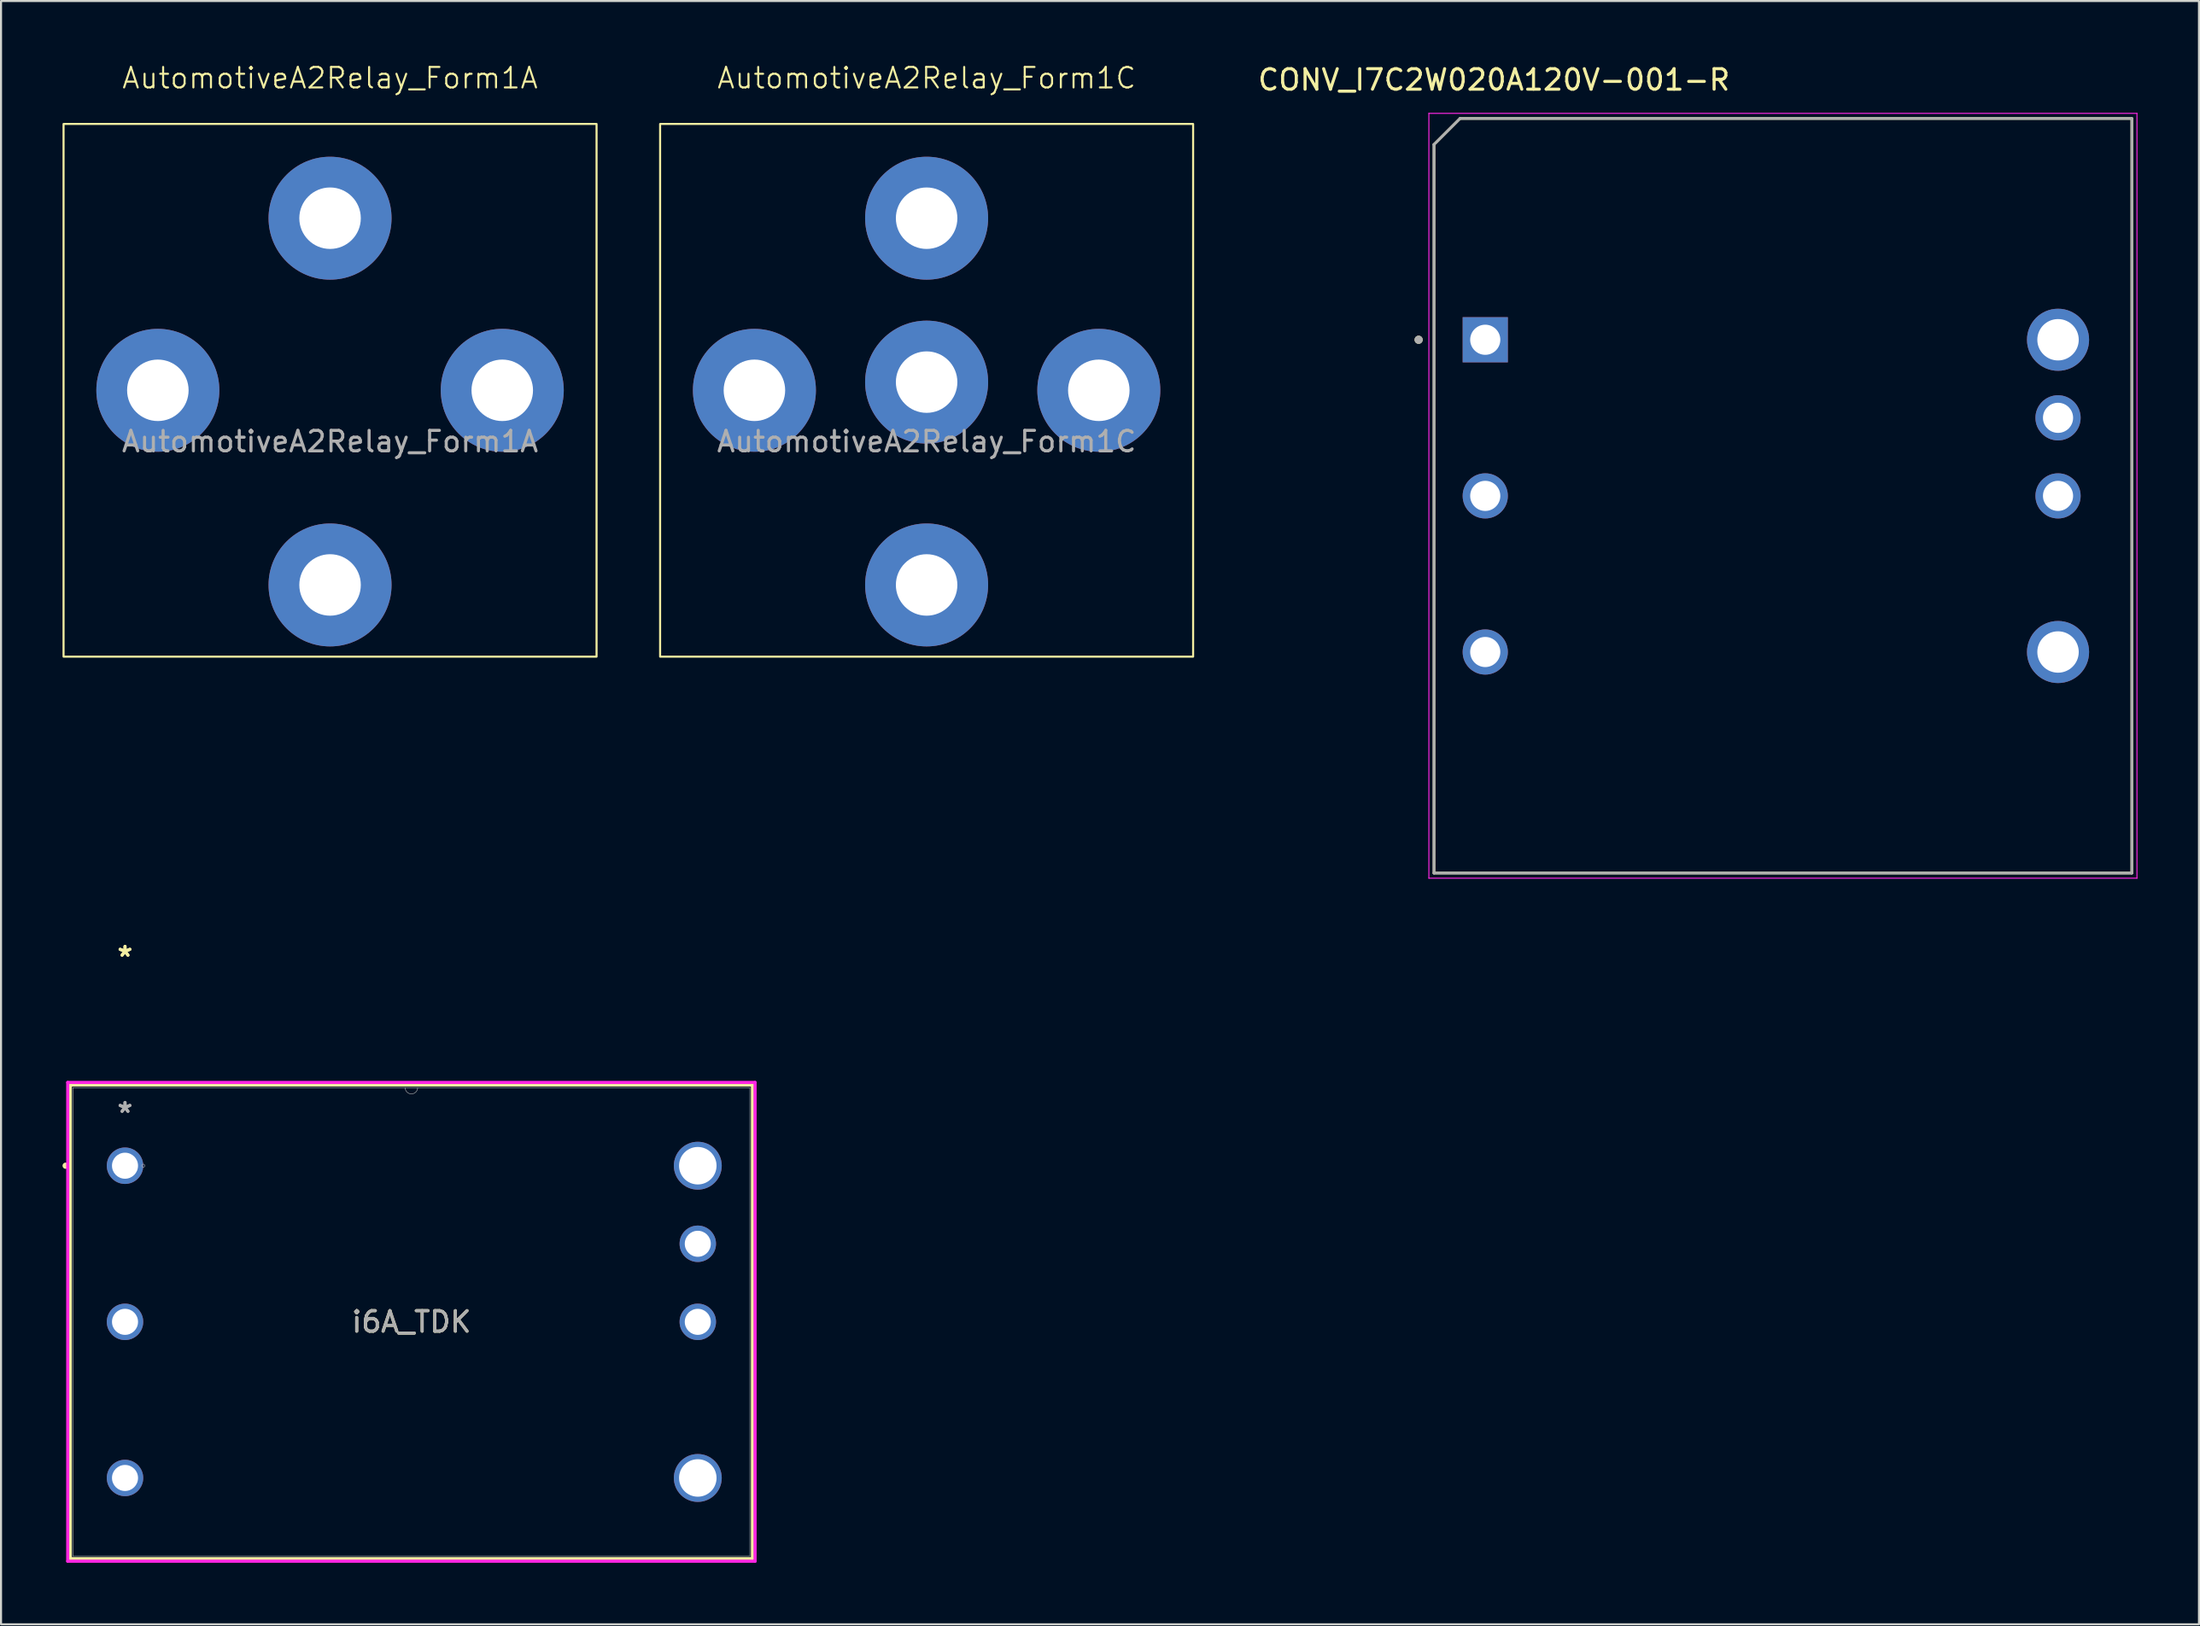
<source format=kicad_pcb>
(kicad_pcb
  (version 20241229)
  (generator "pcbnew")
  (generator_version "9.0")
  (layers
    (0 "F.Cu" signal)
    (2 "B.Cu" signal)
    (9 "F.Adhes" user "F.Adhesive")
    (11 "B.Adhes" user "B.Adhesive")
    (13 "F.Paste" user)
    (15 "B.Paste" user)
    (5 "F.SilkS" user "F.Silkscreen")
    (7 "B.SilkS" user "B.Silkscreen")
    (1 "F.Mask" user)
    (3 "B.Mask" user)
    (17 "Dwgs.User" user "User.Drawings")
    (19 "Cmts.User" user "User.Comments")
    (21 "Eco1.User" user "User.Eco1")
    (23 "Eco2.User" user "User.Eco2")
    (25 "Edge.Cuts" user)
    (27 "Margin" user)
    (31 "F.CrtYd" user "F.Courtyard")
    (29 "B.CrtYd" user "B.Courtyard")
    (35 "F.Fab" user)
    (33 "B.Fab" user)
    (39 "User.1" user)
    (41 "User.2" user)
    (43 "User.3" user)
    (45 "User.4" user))
  (footprint "AutomotiveA2Relay_Form1C"
    (layer "F.Cu")
    (at 42.15 16)
    (property "Reference" "AutomotiveA2Relay_Form1C" (at 0 -15.24 0) (unlocked yes) (layer "F.SilkS") (effects (font (size 1 1) (thickness 0.1))))
    (attr through_hole)
    (fp_rect (start -13 -13) (end 13 13) (stroke (width 0.1) (type default)) (fill no) (layer "F.SilkS"))
    (fp_text user "${REFERENCE}" (at 0 2.5 0) (unlocked yes) (layer "F.Fab") (effects (font (size 1 1) (thickness 0.15))))
    (pad "30" thru_hole circle (at 0 9.5) (size 6 6) (drill 3) (layers "*.Cu" "*.Mask"))
    (pad "85" thru_hole circle (at 8.4 0) (size 6 6) (drill 3) (layers "*.Cu" "*.Mask"))
    (pad "86" thru_hole circle (at -8.4 0) (size 6 6) (drill 3) (layers "*.Cu" "*.Mask"))
    (pad "87" thru_hole circle (at 0 -8.4) (size 6 6) (drill 3) (layers "*.Cu" "*.Mask"))
    (pad "87a" thru_hole circle (at 0 -0.4) (size 6 6) (drill 3) (layers "*.Cu" "*.Mask")))
  (footprint "AutomotiveA2Relay_Form1A"
    (layer "F.Cu")
    (at 13.05 16)
    (property "Reference" "AutomotiveA2Relay_Form1A" (at 0 -15.24 0) (unlocked yes) (layer "F.SilkS") (effects (font (size 1 1) (thickness 0.1))))
    (attr through_hole)
    (fp_rect (start -13 -13) (end 13 13) (stroke (width 0.1) (type default)) (fill no) (layer "F.SilkS"))
    (fp_text user "${REFERENCE}" (at 0 2.5 0) (unlocked yes) (layer "F.Fab") (effects (font (size 1 1) (thickness 0.15))))
    (pad "30" thru_hole circle (at 0 9.5) (size 6 6) (drill 3) (layers "*.Cu" "*.Mask"))
    (pad "85" thru_hole circle (at 8.4 0) (size 6 6) (drill 3) (layers "*.Cu" "*.Mask"))
    (pad "86" thru_hole circle (at -8.4 0) (size 6 6) (drill 3) (layers "*.Cu" "*.Mask"))
    (pad "87" thru_hole circle (at 0 -8.4) (size 6 6) (drill 3) (layers "*.Cu" "*.Mask")))
  (footprint "i6A_TDK"
    (layer "F.Cu")
    (at 3.048 53.846)
    (property "Reference" "i6A_TDK" (at 13.97 7.62 0) (unlocked yes) (layer "F.SilkS") (effects (font (size 1 1) (thickness 0.15))))
    (attr through_hole)
    (fp_line (start -2.667 -3.937) (end -2.667 19.177) (stroke (width 0.152) (type solid)) (layer "F.SilkS"))
    (fp_line (start -2.667 19.177) (end 30.607 19.177) (stroke (width 0.152) (type solid)) (layer "F.SilkS"))
    (fp_line (start 30.607 -3.937) (end -2.667 -3.937) (stroke (width 0.152) (type solid)) (layer "F.SilkS"))
    (fp_line (start 30.607 19.177) (end 30.607 -3.937) (stroke (width 0.152) (type solid)) (layer "F.SilkS"))
    (fp_circle (center -2.896 0) (end -2.819 0) (stroke (width 0.152) (type solid)) (fill no) (layer "F.SilkS"))
    (fp_line (start -2.794 -4.064) (end 30.734 -4.064) (stroke (width 0.152) (type solid)) (layer "F.CrtYd"))
    (fp_line (start -2.794 19.304) (end -2.794 -4.064) (stroke (width 0.152) (type solid)) (layer "F.CrtYd"))
    (fp_line (start 30.734 -4.064) (end 30.734 19.304) (stroke (width 0.152) (type solid)) (layer "F.CrtYd"))
    (fp_line (start 30.734 19.304) (end -2.794 19.304) (stroke (width 0.152) (type solid)) (layer "F.CrtYd"))
    (fp_line (start -2.54 -3.81) (end -2.54 19.05) (stroke (width 0.025) (type solid)) (layer "F.Fab"))
    (fp_line (start -2.54 19.05) (end 30.48 19.05) (stroke (width 0.025) (type solid)) (layer "F.Fab"))
    (fp_line (start 30.48 -3.81) (end -2.54 -3.81) (stroke (width 0.025) (type solid)) (layer "F.Fab"))
    (fp_line (start 30.48 19.05) (end 30.48 -3.81) (stroke (width 0.025) (type solid)) (layer "F.Fab"))
    (fp_arc (start 14.2748 -3.81) (mid 13.97 -3.5052) (end 13.6652 -3.81) (stroke (width 0.0254) (type solid)) (layer "F.Fab"))
    (fp_circle (center 0.889 0) (end 0.965 0) (stroke (width 0.025) (type solid)) (fill no) (layer "F.Fab"))
    (fp_text user "*" (at 0 -10.16 0) (unlocked yes) (layer "F.SilkS") (effects (font (size 1 1) (thickness 0.15))))
    (fp_text user "*" (at 0 -10.16 0) (layer "F.SilkS") (effects (font (size 1 1) (thickness 0.15))))
    (fp_text user "${REFERENCE}" (at 13.97 7.62 0) (unlocked yes) (layer "F.Fab") (effects (font (size 1 1) (thickness 0.15))))
    (fp_text user "*" (at 0 -2.54 0) (unlocked yes) (layer "F.Fab") (effects (font (size 1 1) (thickness 0.15))))
    (fp_text user "*" (at 0 -2.54 0) (layer "F.Fab") (effects (font (size 1 1) (thickness 0.15))))
    (pad "1" thru_hole circle (at 0 0) (size 1.778 1.778) (drill 1.27) (layers "*.Cu" "*.Mask"))
    (pad "2" thru_hole circle (at 0 7.62) (size 1.778 1.778) (drill 1.27) (layers "*.Cu" "*.Mask"))
    (pad "3" thru_hole circle (at 0 15.24) (size 1.778 1.778) (drill 1.27) (layers "*.Cu" "*.Mask"))
    (pad "4" thru_hole circle (at 27.94 15.24) (size 2.337 2.337) (drill 1.829) (layers "*.Cu" "*.Mask"))
    (pad "6" thru_hole circle (at 27.94 7.62) (size 1.778 1.778) (drill 1.27) (layers "*.Cu" "*.Mask"))
    (pad "7" thru_hole circle (at 27.94 3.81) (size 1.778 1.778) (drill 1.27) (layers "*.Cu" "*.Mask"))
    (pad "8" thru_hole circle (at 27.94 0) (size 2.337 2.337) (drill 1.829) (layers "*.Cu" "*.Mask")))
  (footprint "CONV_I7C2W020A120V-001-R"
    (layer "F.Cu")
    (at 83.37 21.148)
    (property "Reference" "CONV_I7C2W020A120V-001-R" (at -13.545 -20.3 0) (layer "F.SilkS") (effects (font (size 1 1) (thickness 0.15))))
    (attr through_hole)
    (fp_line (start -16.47 -17.145) (end -15.2 -18.415) (stroke (width 0.127) (type solid)) (layer "F.SilkS"))
    (fp_line (start -16.47 18.415) (end -16.47 -17.145) (stroke (width 0.127) (type solid)) (layer "F.SilkS"))
    (fp_line (start -15.2 -18.415) (end 17.57 -18.415) (stroke (width 0.127) (type solid)) (layer "F.SilkS"))
    (fp_line (start 17.57 -18.415) (end 17.57 18.415) (stroke (width 0.127) (type solid)) (layer "F.SilkS"))
    (fp_line (start 17.57 18.415) (end -16.47 18.415) (stroke (width 0.127) (type solid)) (layer "F.SilkS"))
    (fp_circle (center -17.22 -7.615) (end -17.12 -7.615) (stroke (width 0.2) (type solid)) (fill no) (layer "F.SilkS"))
    (fp_line (start -16.72 -18.665) (end -16.72 18.665) (stroke (width 0.05) (type solid)) (layer "F.CrtYd"))
    (fp_line (start -16.72 18.665) (end 17.82 18.665) (stroke (width 0.05) (type solid)) (layer "F.CrtYd"))
    (fp_line (start 17.82 -18.665) (end -16.72 -18.665) (stroke (width 0.05) (type solid)) (layer "F.CrtYd"))
    (fp_line (start 17.82 18.665) (end 17.82 -18.665) (stroke (width 0.05) (type solid)) (layer "F.CrtYd"))
    (fp_line (start -16.47 -17.145) (end -15.2 -18.415) (stroke (width 0.127) (type solid)) (layer "F.Fab"))
    (fp_line (start -16.47 18.415) (end -16.47 -17.145) (stroke (width 0.127) (type solid)) (layer "F.Fab"))
    (fp_line (start -15.2 -18.415) (end 17.57 -18.415) (stroke (width 0.127) (type solid)) (layer "F.Fab"))
    (fp_line (start 17.57 -18.415) (end 17.57 18.415) (stroke (width 0.127) (type solid)) (layer "F.Fab"))
    (fp_line (start 17.57 18.415) (end -16.47 18.415) (stroke (width 0.127) (type solid)) (layer "F.Fab"))
    (fp_circle (center -17.22 -7.615) (end -17.12 -7.615) (stroke (width 0.2) (type solid)) (fill no) (layer "F.Fab"))
    (pad "1" thru_hole rect (at -13.97 -7.615) (size 2.205 2.205) (drill 1.47) (layers "*.Cu" "*.Mask"))
    (pad "2" thru_hole circle (at -13.97 0.005) (size 2.205 2.205) (drill 1.47) (layers "*.Cu" "*.Mask"))
    (pad "3" thru_hole circle (at -13.97 7.625) (size 2.205 2.205) (drill 1.47) (layers "*.Cu" "*.Mask"))
    (pad "4" thru_hole circle (at 13.97 7.625) (size 3.03 3.03) (drill 2.02) (layers "*.Cu" "*.Mask"))
    (pad "6" thru_hole circle (at 13.97 0.005) (size 2.205 2.205) (drill 1.47) (layers "*.Cu" "*.Mask"))
    (pad "7" thru_hole circle (at 13.97 -3.805) (size 2.205 2.205) (drill 1.47) (layers "*.Cu" "*.Mask"))
    (pad "8" thru_hole circle (at 13.97 -7.615) (size 3.03 3.03) (drill 2.02) (layers "*.Cu" "*.Mask")))
  (gr_rect
    (start -3 -3)
    (end 104.215 76.227)
    (stroke (width 0.1) (type default))
    (fill no)
    (layer "Edge.Cuts")))
</source>
